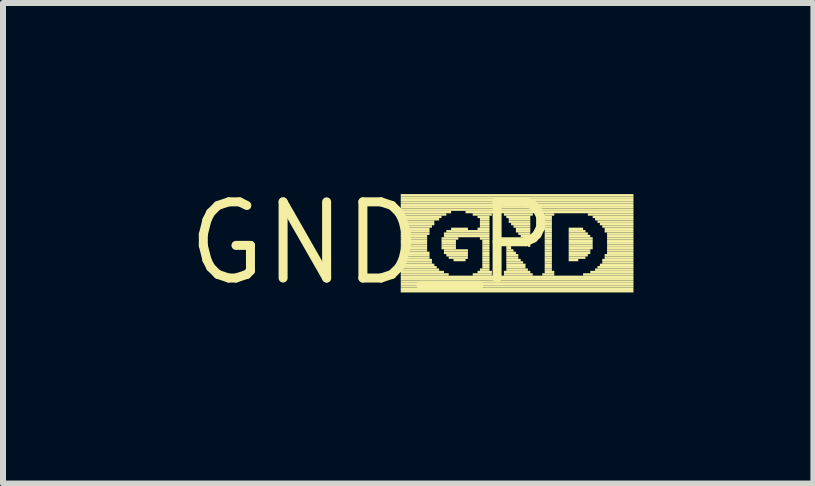
<source format=kicad_pcb>
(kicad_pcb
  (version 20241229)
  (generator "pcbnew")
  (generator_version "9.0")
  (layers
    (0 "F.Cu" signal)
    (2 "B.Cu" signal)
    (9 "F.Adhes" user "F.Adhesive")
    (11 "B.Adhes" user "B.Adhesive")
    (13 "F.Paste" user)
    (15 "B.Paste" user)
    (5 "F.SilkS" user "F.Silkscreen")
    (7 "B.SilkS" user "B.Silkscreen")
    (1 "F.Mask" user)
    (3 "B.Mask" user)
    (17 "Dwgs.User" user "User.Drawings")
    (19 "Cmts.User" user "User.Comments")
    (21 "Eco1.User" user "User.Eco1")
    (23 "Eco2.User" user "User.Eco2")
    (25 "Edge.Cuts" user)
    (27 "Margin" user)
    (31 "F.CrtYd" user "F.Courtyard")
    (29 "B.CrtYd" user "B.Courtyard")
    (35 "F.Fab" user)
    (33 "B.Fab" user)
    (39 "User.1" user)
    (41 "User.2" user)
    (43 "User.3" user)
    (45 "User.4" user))
  (footprint "GND_P"
    (layer "F.Cu")
    (at 3.152 1.006)
    (property "Reference" "GND_P" (at 0 0 0) (layer "F.SilkS") (effects (font (size 1.27 1.27) (thickness 0.15))))
    (fp_poly (pts (xy 0.48 -0.78) (xy 4.36 -0.78) (xy 4.36 -0.82) (xy 0.48 -0.82)) (stroke (width 0) (type default)) (fill yes) (layer "F.SilkS"))
    (fp_poly (pts (xy 0.48 -0.74) (xy 4.36 -0.74) (xy 4.36 -0.78) (xy 0.48 -0.78)) (stroke (width 0) (type default)) (fill yes) (layer "F.SilkS"))
    (fp_poly (pts (xy 0.48 -0.7) (xy 4.36 -0.7) (xy 4.36 -0.74) (xy 0.48 -0.74)) (stroke (width 0) (type default)) (fill yes) (layer "F.SilkS"))
    (fp_poly (pts (xy 0.48 -0.66) (xy 4.36 -0.66) (xy 4.36 -0.7) (xy 0.48 -0.7)) (stroke (width 0) (type default)) (fill yes) (layer "F.SilkS"))
    (fp_poly (pts (xy 0.48 -0.62) (xy 4.36 -0.62) (xy 4.36 -0.66) (xy 0.48 -0.66)) (stroke (width 0) (type default)) (fill yes) (layer "F.SilkS"))
    (fp_poly (pts (xy 0.48 -0.58) (xy 4.36 -0.58) (xy 4.36 -0.62) (xy 0.48 -0.62)) (stroke (width 0) (type default)) (fill yes) (layer "F.SilkS"))
    (fp_poly (pts (xy 0.48 -0.54) (xy 4.36 -0.54) (xy 4.36 -0.58) (xy 0.48 -0.58)) (stroke (width 0) (type default)) (fill yes) (layer "F.SilkS"))
    (fp_poly (pts (xy 0.48 -0.5) (xy 1.32 -0.5) (xy 1.32 -0.54) (xy 0.48 -0.54)) (stroke (width 0) (type default)) (fill yes) (layer "F.SilkS"))
    (fp_poly (pts (xy 0.48 -0.46) (xy 1.24 -0.46) (xy 1.24 -0.5) (xy 0.48 -0.5)) (stroke (width 0) (type default)) (fill yes) (layer "F.SilkS"))
    (fp_poly (pts (xy 0.48 -0.42) (xy 1.16 -0.42) (xy 1.16 -0.46) (xy 0.48 -0.46)) (stroke (width 0) (type default)) (fill yes) (layer "F.SilkS"))
    (fp_poly (pts (xy 0.48 -0.38) (xy 1.12 -0.38) (xy 1.12 -0.42) (xy 0.48 -0.42)) (stroke (width 0) (type default)) (fill yes) (layer "F.SilkS"))
    (fp_poly (pts (xy 0.48 -0.34) (xy 1.04 -0.34) (xy 1.04 -0.38) (xy 0.48 -0.38)) (stroke (width 0) (type default)) (fill yes) (layer "F.SilkS"))
    (fp_poly (pts (xy 0.48 -0.3) (xy 1.04 -0.3) (xy 1.04 -0.34) (xy 0.48 -0.34)) (stroke (width 0) (type default)) (fill yes) (layer "F.SilkS"))
    (fp_poly (pts (xy 0.48 -0.26) (xy 1 -0.26) (xy 1 -0.3) (xy 0.48 -0.3)) (stroke (width 0) (type default)) (fill yes) (layer "F.SilkS"))
    (fp_poly (pts (xy 0.48 -0.22) (xy 0.96 -0.22) (xy 0.96 -0.26) (xy 0.48 -0.26)) (stroke (width 0) (type default)) (fill yes) (layer "F.SilkS"))
    (fp_poly (pts (xy 0.48 -0.18) (xy 0.96 -0.18) (xy 0.96 -0.22) (xy 0.48 -0.22)) (stroke (width 0) (type default)) (fill yes) (layer "F.SilkS"))
    (fp_poly (pts (xy 0.48 -0.14) (xy 0.96 -0.14) (xy 0.96 -0.18) (xy 0.48 -0.18)) (stroke (width 0) (type default)) (fill yes) (layer "F.SilkS"))
    (fp_poly (pts (xy 0.48 -0.1) (xy 0.92 -0.1) (xy 0.92 -0.14) (xy 0.48 -0.14)) (stroke (width 0) (type default)) (fill yes) (layer "F.SilkS"))
    (fp_poly (pts (xy 0.48 -0.06) (xy 0.92 -0.06) (xy 0.92 -0.1) (xy 0.48 -0.1)) (stroke (width 0) (type default)) (fill yes) (layer "F.SilkS"))
    (fp_poly (pts (xy 0.48 -0.02) (xy 0.92 -0.02) (xy 0.92 -0.06) (xy 0.48 -0.06)) (stroke (width 0) (type default)) (fill yes) (layer "F.SilkS"))
    (fp_poly (pts (xy 0.48 0.02) (xy 0.92 0.02) (xy 0.92 -0.02) (xy 0.48 -0.02)) (stroke (width 0) (type default)) (fill yes) (layer "F.SilkS"))
    (fp_poly (pts (xy 0.48 0.06) (xy 0.92 0.06) (xy 0.92 0.02) (xy 0.48 0.02)) (stroke (width 0) (type default)) (fill yes) (layer "F.SilkS"))
    (fp_poly (pts (xy 0.48 0.1) (xy 0.92 0.1) (xy 0.92 0.06) (xy 0.48 0.06)) (stroke (width 0) (type default)) (fill yes) (layer "F.SilkS"))
    (fp_poly (pts (xy 0.48 0.14) (xy 0.92 0.14) (xy 0.92 0.1) (xy 0.48 0.1)) (stroke (width 0) (type default)) (fill yes) (layer "F.SilkS"))
    (fp_poly (pts (xy 0.48 0.18) (xy 0.96 0.18) (xy 0.96 0.14) (xy 0.48 0.14)) (stroke (width 0) (type default)) (fill yes) (layer "F.SilkS"))
    (fp_poly (pts (xy 0.48 0.22) (xy 0.96 0.22) (xy 0.96 0.18) (xy 0.48 0.18)) (stroke (width 0) (type default)) (fill yes) (layer "F.SilkS"))
    (fp_poly (pts (xy 0.48 0.26) (xy 0.96 0.26) (xy 0.96 0.22) (xy 0.48 0.22)) (stroke (width 0) (type default)) (fill yes) (layer "F.SilkS"))
    (fp_poly (pts (xy 0.48 0.3) (xy 1 0.3) (xy 1 0.26) (xy 0.48 0.26)) (stroke (width 0) (type default)) (fill yes) (layer "F.SilkS"))
    (fp_poly (pts (xy 0.48 0.34) (xy 1 0.34) (xy 1 0.3) (xy 0.48 0.3)) (stroke (width 0) (type default)) (fill yes) (layer "F.SilkS"))
    (fp_poly (pts (xy 0.48 0.38) (xy 1.04 0.38) (xy 1.04 0.34) (xy 0.48 0.34)) (stroke (width 0) (type default)) (fill yes) (layer "F.SilkS"))
    (fp_poly (pts (xy 0.48 0.42) (xy 1.08 0.42) (xy 1.08 0.38) (xy 0.48 0.38)) (stroke (width 0) (type default)) (fill yes) (layer "F.SilkS"))
    (fp_poly (pts (xy 0.48 0.46) (xy 1.12 0.46) (xy 1.12 0.42) (xy 0.48 0.42)) (stroke (width 0) (type default)) (fill yes) (layer "F.SilkS"))
    (fp_poly (pts (xy 0.48 0.5) (xy 1.2 0.5) (xy 1.2 0.46) (xy 0.48 0.46)) (stroke (width 0) (type default)) (fill yes) (layer "F.SilkS"))
    (fp_poly (pts (xy 0.48 0.54) (xy 1.28 0.54) (xy 1.28 0.5) (xy 0.48 0.5)) (stroke (width 0) (type default)) (fill yes) (layer "F.SilkS"))
    (fp_poly (pts (xy 0.48 0.58) (xy 4.36 0.58) (xy 4.36 0.54) (xy 0.48 0.54)) (stroke (width 0) (type default)) (fill yes) (layer "F.SilkS"))
    (fp_poly (pts (xy 0.48 0.62) (xy 4.36 0.62) (xy 4.36 0.58) (xy 0.48 0.58)) (stroke (width 0) (type default)) (fill yes) (layer "F.SilkS"))
    (fp_poly (pts (xy 0.48 0.66) (xy 4.36 0.66) (xy 4.36 0.62) (xy 0.48 0.62)) (stroke (width 0) (type default)) (fill yes) (layer "F.SilkS"))
    (fp_poly (pts (xy 0.48 0.7) (xy 4.36 0.7) (xy 4.36 0.66) (xy 0.48 0.66)) (stroke (width 0) (type default)) (fill yes) (layer "F.SilkS"))
    (fp_poly (pts (xy 0.48 0.74) (xy 4.36 0.74) (xy 4.36 0.7) (xy 0.48 0.7)) (stroke (width 0) (type default)) (fill yes) (layer "F.SilkS"))
    (fp_poly (pts (xy 0.48 0.78) (xy 4.36 0.78) (xy 4.36 0.74) (xy 0.48 0.74)) (stroke (width 0) (type default)) (fill yes) (layer "F.SilkS"))
    (fp_poly (pts (xy 0.48 0.82) (xy 4.36 0.82) (xy 4.36 0.78) (xy 0.48 0.78)) (stroke (width 0) (type default)) (fill yes) (layer "F.SilkS"))
    (fp_poly (pts (xy 1.16 -0.06) (xy 1.44 -0.06) (xy 1.44 -0.1) (xy 1.16 -0.1)) (stroke (width 0) (type default)) (fill yes) (layer "F.SilkS"))
    (fp_poly (pts (xy 1.16 -0.02) (xy 1.4 -0.02) (xy 1.4 -0.06) (xy 1.16 -0.06)) (stroke (width 0) (type default)) (fill yes) (layer "F.SilkS"))
    (fp_poly (pts (xy 1.16 0.02) (xy 1.4 0.02) (xy 1.4 -0.02) (xy 1.16 -0.02)) (stroke (width 0) (type default)) (fill yes) (layer "F.SilkS"))
    (fp_poly (pts (xy 1.16 0.06) (xy 1.4 0.06) (xy 1.4 0.02) (xy 1.16 0.02)) (stroke (width 0) (type default)) (fill yes) (layer "F.SilkS"))
    (fp_poly (pts (xy 1.16 0.1) (xy 1.4 0.1) (xy 1.4 0.06) (xy 1.16 0.06)) (stroke (width 0) (type default)) (fill yes) (layer "F.SilkS"))
    (fp_poly (pts (xy 1.2 -0.14) (xy 1.96 -0.14) (xy 1.96 -0.18) (xy 1.2 -0.18)) (stroke (width 0) (type default)) (fill yes) (layer "F.SilkS"))
    (fp_poly (pts (xy 1.2 -0.1) (xy 1.96 -0.1) (xy 1.96 -0.14) (xy 1.2 -0.14)) (stroke (width 0) (type default)) (fill yes) (layer "F.SilkS"))
    (fp_poly (pts (xy 1.2 0.14) (xy 1.6 0.14) (xy 1.6 0.1) (xy 1.2 0.1)) (stroke (width 0) (type default)) (fill yes) (layer "F.SilkS"))
    (fp_poly (pts (xy 1.2 0.18) (xy 1.6 0.18) (xy 1.6 0.14) (xy 1.2 0.14)) (stroke (width 0) (type default)) (fill yes) (layer "F.SilkS"))
    (fp_poly (pts (xy 1.24 -0.18) (xy 1.96 -0.18) (xy 1.96 -0.22) (xy 1.24 -0.22)) (stroke (width 0) (type default)) (fill yes) (layer "F.SilkS"))
    (fp_poly (pts (xy 1.24 0.22) (xy 1.6 0.22) (xy 1.6 0.18) (xy 1.24 0.18)) (stroke (width 0) (type default)) (fill yes) (layer "F.SilkS"))
    (fp_poly (pts (xy 1.28 0.26) (xy 1.6 0.26) (xy 1.6 0.22) (xy 1.28 0.22)) (stroke (width 0) (type default)) (fill yes) (layer "F.SilkS"))
    (fp_poly (pts (xy 1.32 -0.22) (xy 1.6 -0.22) (xy 1.6 -0.26) (xy 1.32 -0.26)) (stroke (width 0) (type default)) (fill yes) (layer "F.SilkS"))
    (fp_poly (pts (xy 1.36 0.3) (xy 1.56 0.3) (xy 1.56 0.26) (xy 1.36 0.26)) (stroke (width 0) (type default)) (fill yes) (layer "F.SilkS"))
    (fp_poly (pts (xy 1.56 -0.5) (xy 4.36 -0.5) (xy 4.36 -0.54) (xy 1.56 -0.54)) (stroke (width 0) (type default)) (fill yes) (layer "F.SilkS"))
    (fp_poly (pts (xy 1.68 -0.46) (xy 2 -0.46) (xy 2 -0.5) (xy 1.68 -0.5)) (stroke (width 0) (type default)) (fill yes) (layer "F.SilkS"))
    (fp_poly (pts (xy 1.68 0.54) (xy 2 0.54) (xy 2 0.5) (xy 1.68 0.5)) (stroke (width 0) (type default)) (fill yes) (layer "F.SilkS"))
    (fp_poly (pts (xy 1.76 -0.42) (xy 1.96 -0.42) (xy 1.96 -0.46) (xy 1.76 -0.46)) (stroke (width 0) (type default)) (fill yes) (layer "F.SilkS"))
    (fp_poly (pts (xy 1.76 -0.22) (xy 1.96 -0.22) (xy 1.96 -0.26) (xy 1.76 -0.26)) (stroke (width 0) (type default)) (fill yes) (layer "F.SilkS"))
    (fp_poly (pts (xy 1.76 0.5) (xy 2 0.5) (xy 2 0.46) (xy 1.76 0.46)) (stroke (width 0) (type default)) (fill yes) (layer "F.SilkS"))
    (fp_poly (pts (xy 1.8 -0.38) (xy 1.96 -0.38) (xy 1.96 -0.42) (xy 1.8 -0.42)) (stroke (width 0) (type default)) (fill yes) (layer "F.SilkS"))
    (fp_poly (pts (xy 1.8 -0.34) (xy 1.96 -0.34) (xy 1.96 -0.38) (xy 1.8 -0.38)) (stroke (width 0) (type default)) (fill yes) (layer "F.SilkS"))
    (fp_poly (pts (xy 1.8 -0.3) (xy 1.96 -0.3) (xy 1.96 -0.34) (xy 1.8 -0.34)) (stroke (width 0) (type default)) (fill yes) (layer "F.SilkS"))
    (fp_poly (pts (xy 1.8 -0.26) (xy 1.96 -0.26) (xy 1.96 -0.3) (xy 1.8 -0.3)) (stroke (width 0) (type default)) (fill yes) (layer "F.SilkS"))
    (fp_poly (pts (xy 1.8 -0.06) (xy 1.96 -0.06) (xy 1.96 -0.1) (xy 1.8 -0.1)) (stroke (width 0) (type default)) (fill yes) (layer "F.SilkS"))
    (fp_poly (pts (xy 1.8 0.46) (xy 1.96 0.46) (xy 1.96 0.42) (xy 1.8 0.42)) (stroke (width 0) (type default)) (fill yes) (layer "F.SilkS"))
    (fp_poly (pts (xy 1.84 -0.02) (xy 1.96 -0.02) (xy 1.96 -0.06) (xy 1.84 -0.06)) (stroke (width 0) (type default)) (fill yes) (layer "F.SilkS"))
    (fp_poly (pts (xy 1.84 0.02) (xy 1.96 0.02) (xy 1.96 -0.02) (xy 1.84 -0.02)) (stroke (width 0) (type default)) (fill yes) (layer "F.SilkS"))
    (fp_poly (pts (xy 1.84 0.06) (xy 1.96 0.06) (xy 1.96 0.02) (xy 1.84 0.02)) (stroke (width 0) (type default)) (fill yes) (layer "F.SilkS"))
    (fp_poly (pts (xy 1.84 0.1) (xy 1.96 0.1) (xy 1.96 0.06) (xy 1.84 0.06)) (stroke (width 0) (type default)) (fill yes) (layer "F.SilkS"))
    (fp_poly (pts (xy 1.84 0.14) (xy 1.96 0.14) (xy 1.96 0.1) (xy 1.84 0.1)) (stroke (width 0) (type default)) (fill yes) (layer "F.SilkS"))
    (fp_poly (pts (xy 1.84 0.18) (xy 1.96 0.18) (xy 1.96 0.14) (xy 1.84 0.14)) (stroke (width 0) (type default)) (fill yes) (layer "F.SilkS"))
    (fp_poly (pts (xy 1.84 0.22) (xy 1.96 0.22) (xy 1.96 0.18) (xy 1.84 0.18)) (stroke (width 0) (type default)) (fill yes) (layer "F.SilkS"))
    (fp_poly (pts (xy 1.84 0.26) (xy 1.96 0.26) (xy 1.96 0.22) (xy 1.84 0.22)) (stroke (width 0) (type default)) (fill yes) (layer "F.SilkS"))
    (fp_poly (pts (xy 1.84 0.3) (xy 1.96 0.3) (xy 1.96 0.26) (xy 1.84 0.26)) (stroke (width 0) (type default)) (fill yes) (layer "F.SilkS"))
    (fp_poly (pts (xy 1.84 0.34) (xy 1.96 0.34) (xy 1.96 0.3) (xy 1.84 0.3)) (stroke (width 0) (type default)) (fill yes) (layer "F.SilkS"))
    (fp_poly (pts (xy 1.84 0.38) (xy 1.96 0.38) (xy 1.96 0.34) (xy 1.84 0.34)) (stroke (width 0) (type default)) (fill yes) (layer "F.SilkS"))
    (fp_poly (pts (xy 1.84 0.42) (xy 1.96 0.42) (xy 1.96 0.38) (xy 1.84 0.38)) (stroke (width 0) (type default)) (fill yes) (layer "F.SilkS"))
    (fp_poly (pts (xy 2.2 -0.46) (xy 2.68 -0.46) (xy 2.68 -0.5) (xy 2.2 -0.5)) (stroke (width 0) (type default)) (fill yes) (layer "F.SilkS"))
    (fp_poly (pts (xy 2.2 0.5) (xy 2.64 0.5) (xy 2.64 0.46) (xy 2.2 0.46)) (stroke (width 0) (type default)) (fill yes) (layer "F.SilkS"))
    (fp_poly (pts (xy 2.2 0.54) (xy 2.68 0.54) (xy 2.68 0.5) (xy 2.2 0.5)) (stroke (width 0) (type default)) (fill yes) (layer "F.SilkS"))
    (fp_poly (pts (xy 2.24 -0.42) (xy 2.64 -0.42) (xy 2.64 -0.46) (xy 2.24 -0.46)) (stroke (width 0) (type default)) (fill yes) (layer "F.SilkS"))
    (fp_poly (pts (xy 2.24 0.02) (xy 2.28 0.02) (xy 2.28 -0.02) (xy 2.24 -0.02)) (stroke (width 0) (type default)) (fill yes) (layer "F.SilkS"))
    (fp_poly (pts (xy 2.24 0.06) (xy 2.32 0.06) (xy 2.32 0.02) (xy 2.24 0.02)) (stroke (width 0) (type default)) (fill yes) (layer "F.SilkS"))
    (fp_poly (pts (xy 2.24 0.1) (xy 2.32 0.1) (xy 2.32 0.06) (xy 2.24 0.06)) (stroke (width 0) (type default)) (fill yes) (layer "F.SilkS"))
    (fp_poly (pts (xy 2.24 0.14) (xy 2.36 0.14) (xy 2.36 0.1) (xy 2.24 0.1)) (stroke (width 0) (type default)) (fill yes) (layer "F.SilkS"))
    (fp_poly (pts (xy 2.24 0.18) (xy 2.4 0.18) (xy 2.4 0.14) (xy 2.24 0.14)) (stroke (width 0) (type default)) (fill yes) (layer "F.SilkS"))
    (fp_poly (pts (xy 2.24 0.22) (xy 2.44 0.22) (xy 2.44 0.18) (xy 2.24 0.18)) (stroke (width 0) (type default)) (fill yes) (layer "F.SilkS"))
    (fp_poly (pts (xy 2.24 0.26) (xy 2.44 0.26) (xy 2.44 0.22) (xy 2.24 0.22)) (stroke (width 0) (type default)) (fill yes) (layer "F.SilkS"))
    (fp_poly (pts (xy 2.24 0.3) (xy 2.48 0.3) (xy 2.48 0.26) (xy 2.24 0.26)) (stroke (width 0) (type default)) (fill yes) (layer "F.SilkS"))
    (fp_poly (pts (xy 2.24 0.34) (xy 2.52 0.34) (xy 2.52 0.3) (xy 2.24 0.3)) (stroke (width 0) (type default)) (fill yes) (layer "F.SilkS"))
    (fp_poly (pts (xy 2.24 0.38) (xy 2.56 0.38) (xy 2.56 0.34) (xy 2.24 0.34)) (stroke (width 0) (type default)) (fill yes) (layer "F.SilkS"))
    (fp_poly (pts (xy 2.24 0.42) (xy 2.56 0.42) (xy 2.56 0.38) (xy 2.24 0.38)) (stroke (width 0) (type default)) (fill yes) (layer "F.SilkS"))
    (fp_poly (pts (xy 2.24 0.46) (xy 2.6 0.46) (xy 2.6 0.42) (xy 2.24 0.42)) (stroke (width 0) (type default)) (fill yes) (layer "F.SilkS"))
    (fp_poly (pts (xy 2.28 -0.38) (xy 2.64 -0.38) (xy 2.64 -0.42) (xy 2.28 -0.42)) (stroke (width 0) (type default)) (fill yes) (layer "F.SilkS"))
    (fp_poly (pts (xy 2.28 -0.34) (xy 2.64 -0.34) (xy 2.64 -0.38) (xy 2.28 -0.38)) (stroke (width 0) (type default)) (fill yes) (layer "F.SilkS"))
    (fp_poly (pts (xy 2.32 -0.3) (xy 2.64 -0.3) (xy 2.64 -0.34) (xy 2.32 -0.34)) (stroke (width 0) (type default)) (fill yes) (layer "F.SilkS"))
    (fp_poly (pts (xy 2.36 -0.26) (xy 2.64 -0.26) (xy 2.64 -0.3) (xy 2.36 -0.3)) (stroke (width 0) (type default)) (fill yes) (layer "F.SilkS"))
    (fp_poly (pts (xy 2.4 -0.22) (xy 2.64 -0.22) (xy 2.64 -0.26) (xy 2.4 -0.26)) (stroke (width 0) (type default)) (fill yes) (layer "F.SilkS"))
    (fp_poly (pts (xy 2.4 -0.18) (xy 2.64 -0.18) (xy 2.64 -0.22) (xy 2.4 -0.22)) (stroke (width 0) (type default)) (fill yes) (layer "F.SilkS"))
    (fp_poly (pts (xy 2.44 -0.14) (xy 2.64 -0.14) (xy 2.64 -0.18) (xy 2.44 -0.18)) (stroke (width 0) (type default)) (fill yes) (layer "F.SilkS"))
    (fp_poly (pts (xy 2.48 -0.1) (xy 2.64 -0.1) (xy 2.64 -0.14) (xy 2.48 -0.14)) (stroke (width 0) (type default)) (fill yes) (layer "F.SilkS"))
    (fp_poly (pts (xy 2.52 -0.06) (xy 2.64 -0.06) (xy 2.64 -0.1) (xy 2.52 -0.1)) (stroke (width 0) (type default)) (fill yes) (layer "F.SilkS"))
    (fp_poly (pts (xy 2.52 -0.02) (xy 2.64 -0.02) (xy 2.64 -0.06) (xy 2.52 -0.06)) (stroke (width 0) (type default)) (fill yes) (layer "F.SilkS"))
    (fp_poly (pts (xy 2.56 0.02) (xy 2.64 0.02) (xy 2.64 -0.02) (xy 2.56 -0.02)) (stroke (width 0) (type default)) (fill yes) (layer "F.SilkS"))
    (fp_poly (pts (xy 2.6 0.06) (xy 2.64 0.06) (xy 2.64 0.02) (xy 2.6 0.02)) (stroke (width 0) (type default)) (fill yes) (layer "F.SilkS"))
    (fp_poly (pts (xy 2.84 0.54) (xy 3.04 0.54) (xy 3.04 0.5) (xy 2.84 0.5)) (stroke (width 0) (type default)) (fill yes) (layer "F.SilkS"))
    (fp_poly (pts (xy 2.88 -0.46) (xy 3.04 -0.46) (xy 3.04 -0.5) (xy 2.88 -0.5)) (stroke (width 0) (type default)) (fill yes) (layer "F.SilkS"))
    (fp_poly (pts (xy 2.88 -0.42) (xy 3 -0.42) (xy 3 -0.46) (xy 2.88 -0.46)) (stroke (width 0) (type default)) (fill yes) (layer "F.SilkS"))
    (fp_poly (pts (xy 2.88 -0.38) (xy 3 -0.38) (xy 3 -0.42) (xy 2.88 -0.42)) (stroke (width 0) (type default)) (fill yes) (layer "F.SilkS"))
    (fp_poly (pts (xy 2.88 -0.34) (xy 3 -0.34) (xy 3 -0.38) (xy 2.88 -0.38)) (stroke (width 0) (type default)) (fill yes) (layer "F.SilkS"))
    (fp_poly (pts (xy 2.88 -0.3) (xy 3 -0.3) (xy 3 -0.34) (xy 2.88 -0.34)) (stroke (width 0) (type default)) (fill yes) (layer "F.SilkS"))
    (fp_poly (pts (xy 2.88 -0.26) (xy 3 -0.26) (xy 3 -0.3) (xy 2.88 -0.3)) (stroke (width 0) (type default)) (fill yes) (layer "F.SilkS"))
    (fp_poly (pts (xy 2.88 -0.22) (xy 3 -0.22) (xy 3 -0.26) (xy 2.88 -0.26)) (stroke (width 0) (type default)) (fill yes) (layer "F.SilkS"))
    (fp_poly (pts (xy 2.88 -0.18) (xy 3 -0.18) (xy 3 -0.22) (xy 2.88 -0.22)) (stroke (width 0) (type default)) (fill yes) (layer "F.SilkS"))
    (fp_poly (pts (xy 2.88 -0.14) (xy 3 -0.14) (xy 3 -0.18) (xy 2.88 -0.18)) (stroke (width 0) (type default)) (fill yes) (layer "F.SilkS"))
    (fp_poly (pts (xy 2.88 -0.1) (xy 3 -0.1) (xy 3 -0.14) (xy 2.88 -0.14)) (stroke (width 0) (type default)) (fill yes) (layer "F.SilkS"))
    (fp_poly (pts (xy 2.88 -0.06) (xy 3 -0.06) (xy 3 -0.1) (xy 2.88 -0.1)) (stroke (width 0) (type default)) (fill yes) (layer "F.SilkS"))
    (fp_poly (pts (xy 2.88 -0.02) (xy 3 -0.02) (xy 3 -0.06) (xy 2.88 -0.06)) (stroke (width 0) (type default)) (fill yes) (layer "F.SilkS"))
    (fp_poly (pts (xy 2.88 0.02) (xy 3 0.02) (xy 3 -0.02) (xy 2.88 -0.02)) (stroke (width 0) (type default)) (fill yes) (layer "F.SilkS"))
    (fp_poly (pts (xy 2.88 0.06) (xy 3 0.06) (xy 3 0.02) (xy 2.88 0.02)) (stroke (width 0) (type default)) (fill yes) (layer "F.SilkS"))
    (fp_poly (pts (xy 2.88 0.1) (xy 3 0.1) (xy 3 0.06) (xy 2.88 0.06)) (stroke (width 0) (type default)) (fill yes) (layer "F.SilkS"))
    (fp_poly (pts (xy 2.88 0.14) (xy 3 0.14) (xy 3 0.1) (xy 2.88 0.1)) (stroke (width 0) (type default)) (fill yes) (layer "F.SilkS"))
    (fp_poly (pts (xy 2.88 0.18) (xy 3 0.18) (xy 3 0.14) (xy 2.88 0.14)) (stroke (width 0) (type default)) (fill yes) (layer "F.SilkS"))
    (fp_poly (pts (xy 2.88 0.22) (xy 3 0.22) (xy 3 0.18) (xy 2.88 0.18)) (stroke (width 0) (type default)) (fill yes) (layer "F.SilkS"))
    (fp_poly (pts (xy 2.88 0.26) (xy 3 0.26) (xy 3 0.22) (xy 2.88 0.22)) (stroke (width 0) (type default)) (fill yes) (layer "F.SilkS"))
    (fp_poly (pts (xy 2.88 0.3) (xy 3 0.3) (xy 3 0.26) (xy 2.88 0.26)) (stroke (width 0) (type default)) (fill yes) (layer "F.SilkS"))
    (fp_poly (pts (xy 2.88 0.34) (xy 3 0.34) (xy 3 0.3) (xy 2.88 0.3)) (stroke (width 0) (type default)) (fill yes) (layer "F.SilkS"))
    (fp_poly (pts (xy 2.88 0.38) (xy 3 0.38) (xy 3 0.34) (xy 2.88 0.34)) (stroke (width 0) (type default)) (fill yes) (layer "F.SilkS"))
    (fp_poly (pts (xy 2.88 0.42) (xy 3 0.42) (xy 3 0.38) (xy 2.88 0.38)) (stroke (width 0) (type default)) (fill yes) (layer "F.SilkS"))
    (fp_poly (pts (xy 2.88 0.46) (xy 3 0.46) (xy 3 0.42) (xy 2.88 0.42)) (stroke (width 0) (type default)) (fill yes) (layer "F.SilkS"))
    (fp_poly (pts (xy 2.88 0.5) (xy 3.04 0.5) (xy 3.04 0.46) (xy 2.88 0.46)) (stroke (width 0) (type default)) (fill yes) (layer "F.SilkS"))
    (fp_poly (pts (xy 3.28 -0.22) (xy 3.52 -0.22) (xy 3.52 -0.26) (xy 3.28 -0.26)) (stroke (width 0) (type default)) (fill yes) (layer "F.SilkS"))
    (fp_poly (pts (xy 3.28 -0.18) (xy 3.56 -0.18) (xy 3.56 -0.22) (xy 3.28 -0.22)) (stroke (width 0) (type default)) (fill yes) (layer "F.SilkS"))
    (fp_poly (pts (xy 3.28 -0.14) (xy 3.6 -0.14) (xy 3.6 -0.18) (xy 3.28 -0.18)) (stroke (width 0) (type default)) (fill yes) (layer "F.SilkS"))
    (fp_poly (pts (xy 3.28 -0.1) (xy 3.64 -0.1) (xy 3.64 -0.14) (xy 3.28 -0.14)) (stroke (width 0) (type default)) (fill yes) (layer "F.SilkS"))
    (fp_poly (pts (xy 3.28 -0.06) (xy 3.68 -0.06) (xy 3.68 -0.1) (xy 3.28 -0.1)) (stroke (width 0) (type default)) (fill yes) (layer "F.SilkS"))
    (fp_poly (pts (xy 3.28 -0.02) (xy 3.68 -0.02) (xy 3.68 -0.06) (xy 3.28 -0.06)) (stroke (width 0) (type default)) (fill yes) (layer "F.SilkS"))
    (fp_poly (pts (xy 3.28 0.02) (xy 3.68 0.02) (xy 3.68 -0.02) (xy 3.28 -0.02)) (stroke (width 0) (type default)) (fill yes) (layer "F.SilkS"))
    (fp_poly (pts (xy 3.28 0.06) (xy 3.68 0.06) (xy 3.68 0.02) (xy 3.28 0.02)) (stroke (width 0) (type default)) (fill yes) (layer "F.SilkS"))
    (fp_poly (pts (xy 3.28 0.1) (xy 3.68 0.1) (xy 3.68 0.06) (xy 3.28 0.06)) (stroke (width 0) (type default)) (fill yes) (layer "F.SilkS"))
    (fp_poly (pts (xy 3.28 0.14) (xy 3.64 0.14) (xy 3.64 0.1) (xy 3.28 0.1)) (stroke (width 0) (type default)) (fill yes) (layer "F.SilkS"))
    (fp_poly (pts (xy 3.28 0.18) (xy 3.64 0.18) (xy 3.64 0.14) (xy 3.28 0.14)) (stroke (width 0) (type default)) (fill yes) (layer "F.SilkS"))
    (fp_poly (pts (xy 3.28 0.22) (xy 3.6 0.22) (xy 3.6 0.18) (xy 3.28 0.18)) (stroke (width 0) (type default)) (fill yes) (layer "F.SilkS"))
    (fp_poly (pts (xy 3.28 0.26) (xy 3.56 0.26) (xy 3.56 0.22) (xy 3.28 0.22)) (stroke (width 0) (type default)) (fill yes) (layer "F.SilkS"))
    (fp_poly (pts (xy 3.28 0.3) (xy 3.44 0.3) (xy 3.44 0.26) (xy 3.28 0.26)) (stroke (width 0) (type default)) (fill yes) (layer "F.SilkS"))
    (fp_poly (pts (xy 3.52 0.54) (xy 4.36 0.54) (xy 4.36 0.5) (xy 3.52 0.5)) (stroke (width 0) (type default)) (fill yes) (layer "F.SilkS"))
    (fp_poly (pts (xy 3.6 -0.46) (xy 4.36 -0.46) (xy 4.36 -0.5) (xy 3.6 -0.5)) (stroke (width 0) (type default)) (fill yes) (layer "F.SilkS"))
    (fp_poly (pts (xy 3.64 0.5) (xy 4.36 0.5) (xy 4.36 0.46) (xy 3.64 0.46)) (stroke (width 0) (type default)) (fill yes) (layer "F.SilkS"))
    (fp_poly (pts (xy 3.68 -0.42) (xy 4.36 -0.42) (xy 4.36 -0.46) (xy 3.68 -0.46)) (stroke (width 0) (type default)) (fill yes) (layer "F.SilkS"))
    (fp_poly (pts (xy 3.72 -0.38) (xy 4.36 -0.38) (xy 4.36 -0.42) (xy 3.72 -0.42)) (stroke (width 0) (type default)) (fill yes) (layer "F.SilkS"))
    (fp_poly (pts (xy 3.72 0.46) (xy 4.36 0.46) (xy 4.36 0.42) (xy 3.72 0.42)) (stroke (width 0) (type default)) (fill yes) (layer "F.SilkS"))
    (fp_poly (pts (xy 3.76 -0.34) (xy 4.36 -0.34) (xy 4.36 -0.38) (xy 3.76 -0.38)) (stroke (width 0) (type default)) (fill yes) (layer "F.SilkS"))
    (fp_poly (pts (xy 3.76 0.42) (xy 4.36 0.42) (xy 4.36 0.38) (xy 3.76 0.38)) (stroke (width 0) (type default)) (fill yes) (layer "F.SilkS"))
    (fp_poly (pts (xy 3.8 -0.3) (xy 4.36 -0.3) (xy 4.36 -0.34) (xy 3.8 -0.34)) (stroke (width 0) (type default)) (fill yes) (layer "F.SilkS"))
    (fp_poly (pts (xy 3.8 0.38) (xy 4.36 0.38) (xy 4.36 0.34) (xy 3.8 0.34)) (stroke (width 0) (type default)) (fill yes) (layer "F.SilkS"))
    (fp_poly (pts (xy 3.84 -0.26) (xy 4.36 -0.26) (xy 4.36 -0.3) (xy 3.84 -0.3)) (stroke (width 0) (type default)) (fill yes) (layer "F.SilkS"))
    (fp_poly (pts (xy 3.84 0.3) (xy 4.36 0.3) (xy 4.36 0.26) (xy 3.84 0.26)) (stroke (width 0) (type default)) (fill yes) (layer "F.SilkS"))
    (fp_poly (pts (xy 3.84 0.34) (xy 4.36 0.34) (xy 4.36 0.3) (xy 3.84 0.3)) (stroke (width 0) (type default)) (fill yes) (layer "F.SilkS"))
    (fp_poly (pts (xy 3.88 -0.22) (xy 4.36 -0.22) (xy 4.36 -0.26) (xy 3.88 -0.26)) (stroke (width 0) (type default)) (fill yes) (layer "F.SilkS"))
    (fp_poly (pts (xy 3.88 -0.18) (xy 4.36 -0.18) (xy 4.36 -0.22) (xy 3.88 -0.22)) (stroke (width 0) (type default)) (fill yes) (layer "F.SilkS"))
    (fp_poly (pts (xy 3.88 0.22) (xy 4.36 0.22) (xy 4.36 0.18) (xy 3.88 0.18)) (stroke (width 0) (type default)) (fill yes) (layer "F.SilkS"))
    (fp_poly (pts (xy 3.88 0.26) (xy 4.36 0.26) (xy 4.36 0.22) (xy 3.88 0.22)) (stroke (width 0) (type default)) (fill yes) (layer "F.SilkS"))
    (fp_poly (pts (xy 3.92 -0.14) (xy 4.36 -0.14) (xy 4.36 -0.18) (xy 3.92 -0.18)) (stroke (width 0) (type default)) (fill yes) (layer "F.SilkS"))
    (fp_poly (pts (xy 3.92 -0.1) (xy 4.36 -0.1) (xy 4.36 -0.14) (xy 3.92 -0.14)) (stroke (width 0) (type default)) (fill yes) (layer "F.SilkS"))
    (fp_poly (pts (xy 3.92 -0.06) (xy 4.36 -0.06) (xy 4.36 -0.1) (xy 3.92 -0.1)) (stroke (width 0) (type default)) (fill yes) (layer "F.SilkS"))
    (fp_poly (pts (xy 3.92 -0.02) (xy 4.36 -0.02) (xy 4.36 -0.06) (xy 3.92 -0.06)) (stroke (width 0) (type default)) (fill yes) (layer "F.SilkS"))
    (fp_poly (pts (xy 3.92 0.02) (xy 4.36 0.02) (xy 4.36 -0.02) (xy 3.92 -0.02)) (stroke (width 0) (type default)) (fill yes) (layer "F.SilkS"))
    (fp_poly (pts (xy 3.92 0.06) (xy 4.36 0.06) (xy 4.36 0.02) (xy 3.92 0.02)) (stroke (width 0) (type default)) (fill yes) (layer "F.SilkS"))
    (fp_poly (pts (xy 3.92 0.1) (xy 4.36 0.1) (xy 4.36 0.06) (xy 3.92 0.06)) (stroke (width 0) (type default)) (fill yes) (layer "F.SilkS"))
    (fp_poly (pts (xy 3.92 0.14) (xy 4.36 0.14) (xy 4.36 0.1) (xy 3.92 0.1)) (stroke (width 0) (type default)) (fill yes) (layer "F.SilkS"))
    (fp_poly (pts (xy 3.92 0.18) (xy 4.36 0.18) (xy 4.36 0.14) (xy 3.92 0.14)) (stroke (width 0) (type default)) (fill yes) (layer "F.SilkS")))
  (gr_rect
    (start -3 -3)
    (end 10.512 5.012)
    (stroke (width 0.1) (type default))
    (fill no)
    (layer "Edge.Cuts")))
</source>
